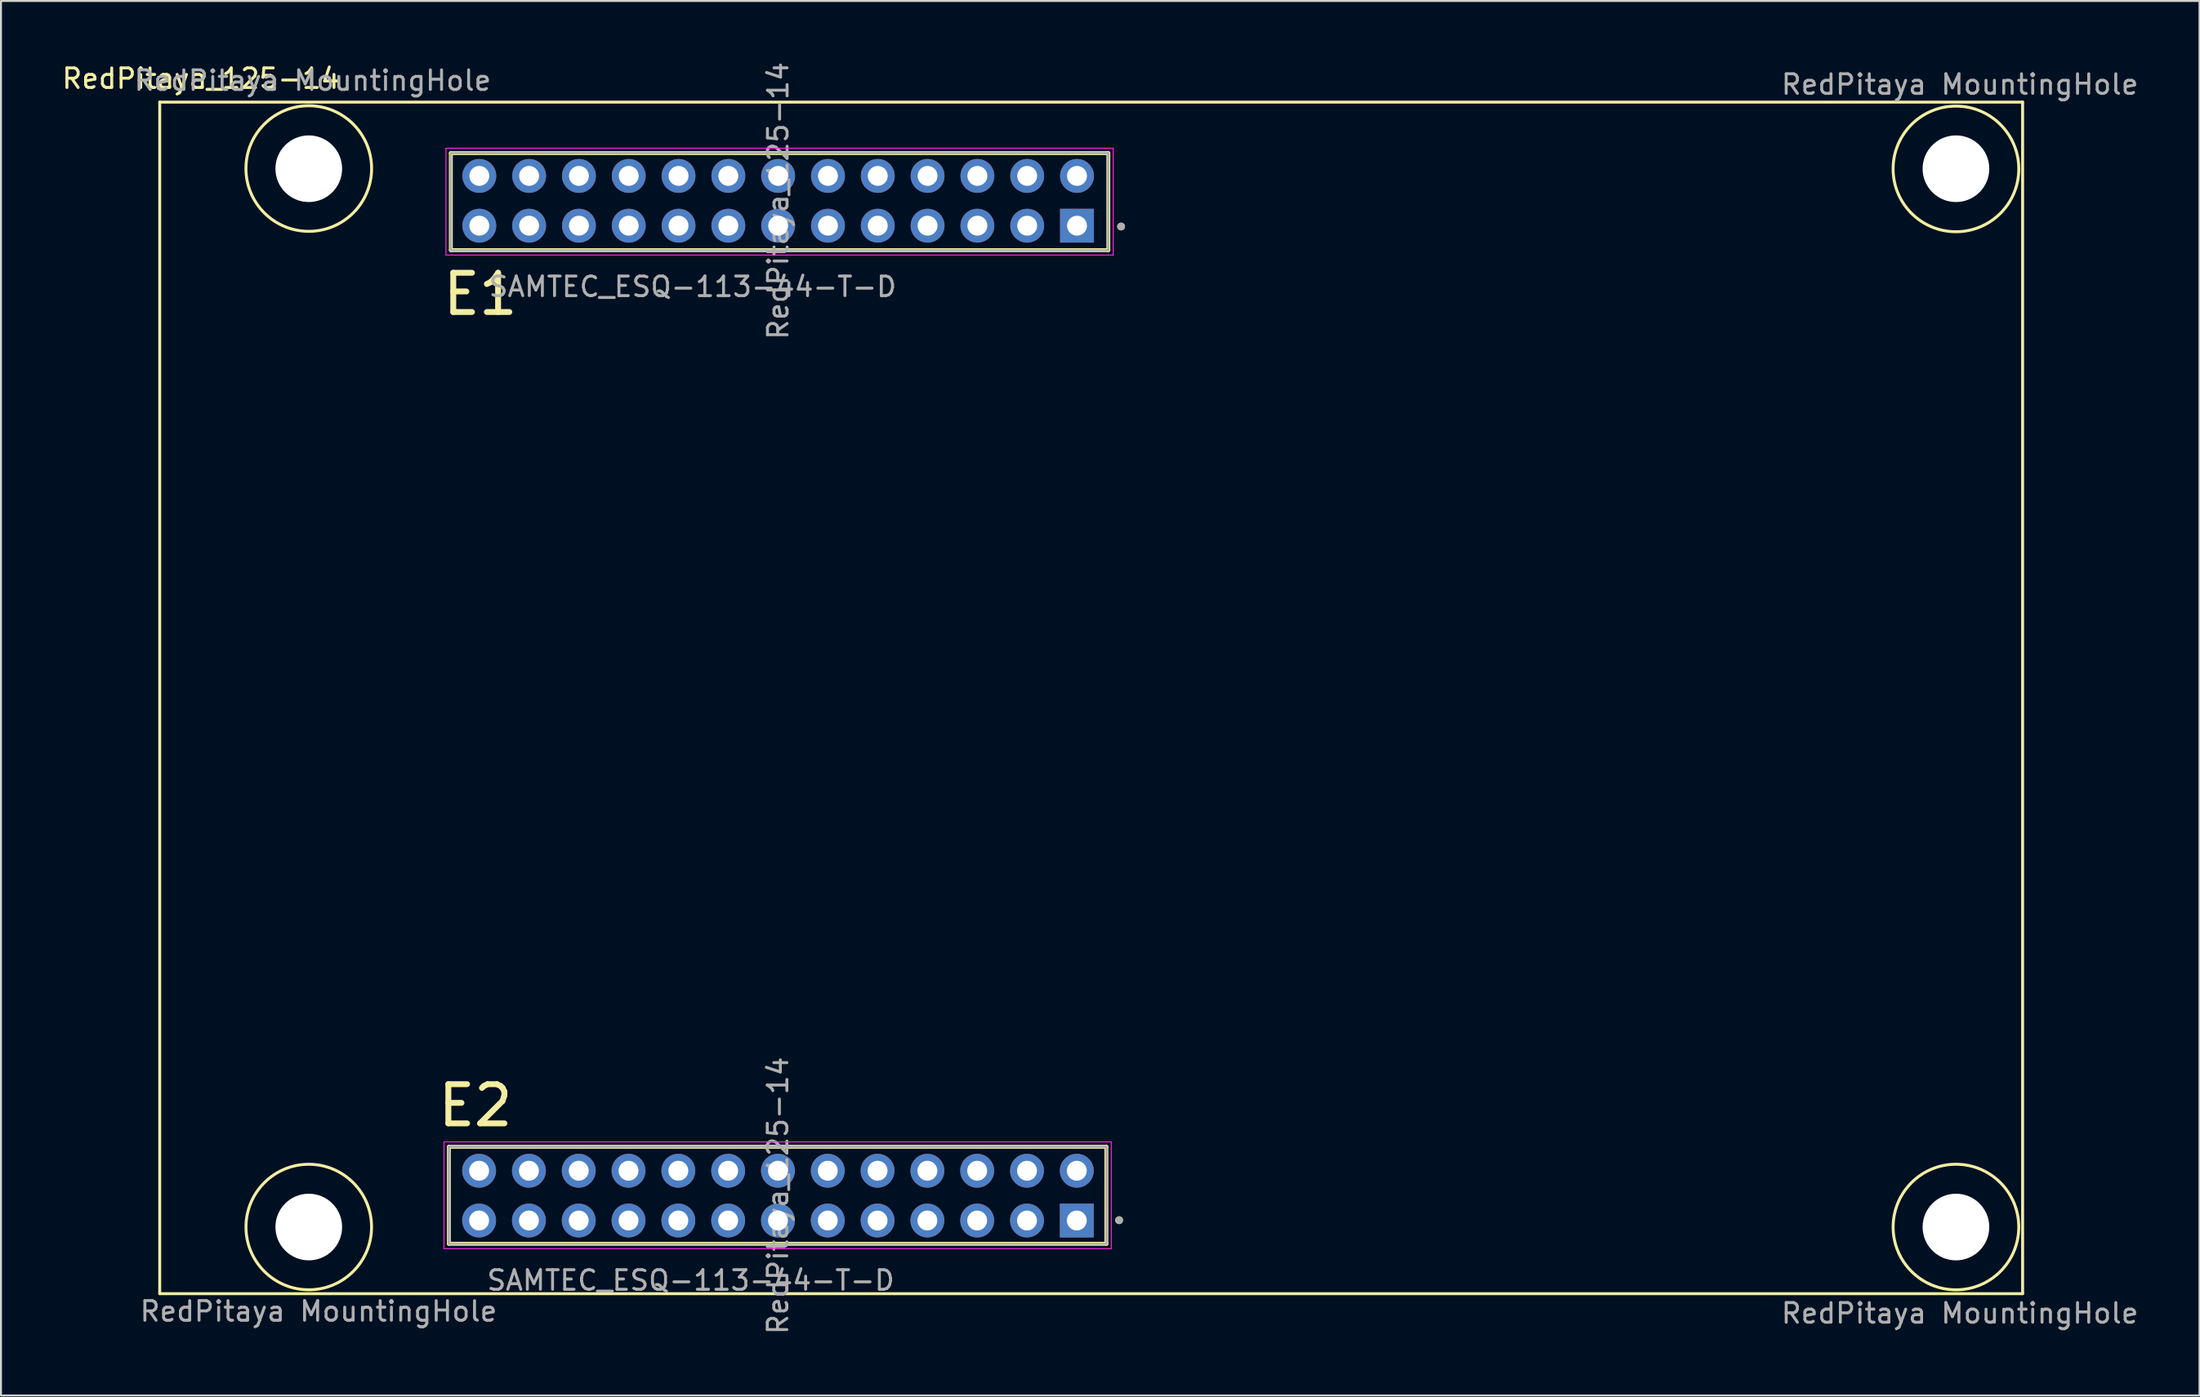
<source format=kicad_pcb>
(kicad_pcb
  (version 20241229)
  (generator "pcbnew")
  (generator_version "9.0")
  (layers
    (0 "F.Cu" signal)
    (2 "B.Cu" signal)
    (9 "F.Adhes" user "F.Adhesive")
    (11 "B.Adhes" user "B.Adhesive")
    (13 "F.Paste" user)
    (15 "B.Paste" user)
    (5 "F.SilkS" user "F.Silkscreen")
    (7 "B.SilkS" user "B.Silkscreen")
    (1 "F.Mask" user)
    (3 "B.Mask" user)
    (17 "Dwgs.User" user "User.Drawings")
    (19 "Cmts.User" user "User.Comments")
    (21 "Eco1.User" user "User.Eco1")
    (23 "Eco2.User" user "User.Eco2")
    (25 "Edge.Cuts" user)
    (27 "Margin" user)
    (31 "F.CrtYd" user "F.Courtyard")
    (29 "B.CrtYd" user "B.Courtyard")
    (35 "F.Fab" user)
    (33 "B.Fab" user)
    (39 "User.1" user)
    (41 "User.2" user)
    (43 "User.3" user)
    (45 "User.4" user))
  (footprint "RedPitaya_125-14"
    (layer "F.Cu")
    (at 36.496 31.159)
    (property "Reference" "RedPitaya_125-14" (at -29.3 -30.2 0) (layer "F.SilkS") (effects (font (size 1 1) (thickness 0.15))))
    (attr through_hole)
    (fp_line (start -31.4 -29) (end 63.6 -29) (stroke (width 0.15) (type solid)) (layer "F.SilkS"))
    (fp_line (start -31.4 31.8) (end -31.4 -29) (stroke (width 0.15) (type solid)) (layer "F.SilkS"))
    (fp_line (start -16.655 29.255) (end -16.655 24.305) (stroke (width 0.2) (type solid)) (layer "F.SilkS"))
    (fp_line (start -16.555 -21.445) (end -16.555 -26.395) (stroke (width 0.2) (type solid)) (layer "F.SilkS"))
    (fp_line (start 16.875 24.305) (end -16.655 24.305) (stroke (width 0.2) (type solid)) (layer "F.SilkS"))
    (fp_line (start 16.875 24.305) (end 16.875 29.255) (stroke (width 0.2) (type solid)) (layer "F.SilkS"))
    (fp_line (start 16.875 29.255) (end -16.655 29.255) (stroke (width 0.2) (type solid)) (layer "F.SilkS"))
    (fp_line (start 16.975 -26.395) (end -16.555 -26.395) (stroke (width 0.2) (type solid)) (layer "F.SilkS"))
    (fp_line (start 16.975 -26.395) (end 16.975 -21.445) (stroke (width 0.2) (type solid)) (layer "F.SilkS"))
    (fp_line (start 16.975 -21.445) (end -16.555 -21.445) (stroke (width 0.2) (type solid)) (layer "F.SilkS"))
    (fp_line (start 63.6 -29) (end 63.6 31.8) (stroke (width 0.15) (type solid)) (layer "F.SilkS"))
    (fp_line (start 63.6 31.8) (end -31.4 31.8) (stroke (width 0.15) (type solid)) (layer "F.SilkS"))
    (fp_circle (center -23.8 -25.61) (end -21.22 -23.71) (stroke (width 0.15) (type solid)) (fill no) (layer "F.SilkS"))
    (fp_circle (center -23.8 28.4) (end -21.34 30.45) (stroke (width 0.15) (type solid)) (fill no) (layer "F.SilkS"))
    (fp_circle (center 17.525 28.05) (end 17.625 28.05) (stroke (width 0.2) (type solid)) (fill no) (layer "F.SilkS"))
    (fp_circle (center 17.625 -22.65) (end 17.725 -22.65) (stroke (width 0.2) (type solid)) (fill no) (layer "F.SilkS"))
    (fp_circle (center 60.2 -25.59) (end 62.54 -23.4) (stroke (width 0.15) (type solid)) (fill no) (layer "F.SilkS"))
    (fp_circle (center 60.2 28.4) (end 61.54 31.31) (stroke (width 0.15) (type solid)) (fill no) (layer "F.SilkS"))
    (fp_line (start -16.905 24.055) (end 17.125 24.055) (stroke (width 0.05) (type solid)) (layer "F.CrtYd"))
    (fp_line (start -16.905 29.505) (end -16.905 24.055) (stroke (width 0.05) (type solid)) (layer "F.CrtYd"))
    (fp_line (start -16.805 -26.645) (end 17.225 -26.645) (stroke (width 0.05) (type solid)) (layer "F.CrtYd"))
    (fp_line (start -16.805 -21.195) (end -16.805 -26.645) (stroke (width 0.05) (type solid)) (layer "F.CrtYd"))
    (fp_line (start 17.125 24.055) (end 17.125 29.505) (stroke (width 0.05) (type solid)) (layer "F.CrtYd"))
    (fp_line (start 17.125 29.505) (end -16.905 29.505) (stroke (width 0.05) (type solid)) (layer "F.CrtYd"))
    (fp_line (start 17.225 -26.645) (end 17.225 -21.195) (stroke (width 0.05) (type solid)) (layer "F.CrtYd"))
    (fp_line (start 17.225 -21.195) (end -16.805 -21.195) (stroke (width 0.05) (type solid)) (layer "F.CrtYd"))
    (fp_line (start -16.655 24.305) (end 16.875 24.305) (stroke (width 0.1) (type solid)) (layer "F.Fab"))
    (fp_line (start -16.655 24.305) (end 16.875 24.305) (stroke (width 0.1) (type solid)) (layer "F.Fab"))
    (fp_line (start -16.655 29.255) (end -16.655 24.305) (stroke (width 0.1) (type solid)) (layer "F.Fab"))
    (fp_line (start -16.655 29.255) (end -16.655 24.305) (stroke (width 0.1) (type solid)) (layer "F.Fab"))
    (fp_line (start -16.555 -26.395) (end 16.975 -26.395) (stroke (width 0.1) (type solid)) (layer "F.Fab"))
    (fp_line (start -16.555 -26.395) (end 16.975 -26.395) (stroke (width 0.1) (type solid)) (layer "F.Fab"))
    (fp_line (start -16.555 -21.445) (end -16.555 -26.395) (stroke (width 0.1) (type solid)) (layer "F.Fab"))
    (fp_line (start -16.555 -21.445) (end -16.555 -26.395) (stroke (width 0.1) (type solid)) (layer "F.Fab"))
    (fp_line (start 16.875 24.305) (end 16.875 29.255) (stroke (width 0.1) (type solid)) (layer "F.Fab"))
    (fp_line (start 16.875 24.305) (end 16.875 29.255) (stroke (width 0.1) (type solid)) (layer "F.Fab"))
    (fp_line (start 16.875 29.255) (end -16.655 29.255) (stroke (width 0.1) (type solid)) (layer "F.Fab"))
    (fp_line (start 16.975 -26.395) (end 16.975 -21.445) (stroke (width 0.1) (type solid)) (layer "F.Fab"))
    (fp_line (start 16.975 -26.395) (end 16.975 -21.445) (stroke (width 0.1) (type solid)) (layer "F.Fab"))
    (fp_line (start 16.975 -21.445) (end -16.555 -21.445) (stroke (width 0.1) (type solid)) (layer "F.Fab"))
    (fp_circle (center 17.525 28.05) (end 17.625 28.05) (stroke (width 0.2) (type solid)) (fill no) (layer "F.Fab"))
    (fp_circle (center 17.625 -22.65) (end 17.725 -22.65) (stroke (width 0.2) (type solid)) (fill no) (layer "F.Fab"))
    (fp_text user "E2" (at -15.3 22.2 0) (layer "F.SilkS") (effects (font (size 2 2) (thickness 0.3))))
    (fp_text user "E1" (at -15.05 -19.2 0) (layer "F.SilkS") (effects (font (size 2 2) (thickness 0.3))))
    (fp_text user "RedPitaya MountingHole" (at -23.6 -30.1 0) (layer "F.Fab") (effects (font (size 1 1) (thickness 0.15))))
    (fp_text user "RedPitaya MountingHole" (at -23.3 32.7 0) (layer "F.Fab") (effects (font (size 1 1) (thickness 0.15))))
    (fp_text user "RedPitaya MountingHole" (at 60.4 -29.9 0) (layer "F.Fab") (effects (font (size 1 1) (thickness 0.15))))
    (fp_text user "SAMTEC_ESQ-113-44-T-D" (at -4.22 -19.58 0) (layer "F.Fab") (effects (font (size 1 1) (thickness 0.15))))
    (fp_text user "RedPitaya MountingHole" (at 60.4 32.8 0) (layer "F.Fab") (effects (font (size 1 1) (thickness 0.15))))
    (fp_text user "SAMTEC_ESQ-113-44-T-D" (at -4.32 31.12 0) (layer "F.Fab") (effects (font (size 1 1) (thickness 0.15))))
    (fp_text user "${REFERENCE}" (at 0.137 -23.963 270) (layer "F.Fab") (effects (font (size 1 1) (thickness 0.15))))
    (fp_text user "${REFERENCE}" (at 0.127 26.797 270) (layer "F.Fab") (effects (font (size 1 1) (thickness 0.15))))
    (pad "" np_thru_hole circle (at -23.8 -25.6) (size 3.4 3.4) (drill 3.4) (layers "*.Cu" "*.Mask"))
    (pad "" np_thru_hole circle (at -23.8 28.4) (size 3.4 3.4) (drill 3.4) (layers "*.Cu" "*.Mask"))
    (pad "" np_thru_hole circle (at 60.2 -25.6) (size 3.4 3.4) (drill 3.4) (layers "*.Cu" "*.Mask"))
    (pad "" np_thru_hole circle (at 60.2 28.4) (size 3.4 3.4) (drill 3.4) (layers "*.Cu" "*.Mask"))
    (pad "1_1" thru_hole rect (at 15.377 -22.693 270) (size 1.727 1.727) (drill 1.016) (layers "*.Cu" "*.Mask"))
    (pad "1_2" thru_hole rect (at 15.367 28.067 270) (size 1.727 1.727) (drill 1.016) (layers "*.Cu" "*.Mask"))
    (pad "2_1" thru_hole oval (at 15.377 -25.233 270) (size 1.727 1.727) (drill 1.016) (layers "*.Cu" "*.Mask"))
    (pad "2_2" thru_hole oval (at 15.367 25.527 270) (size 1.727 1.727) (drill 1.016) (layers "*.Cu" "*.Mask"))
    (pad "3_1" thru_hole oval (at 12.837 -22.693 270) (size 1.727 1.727) (drill 1.016) (layers "*.Cu" "*.Mask"))
    (pad "3_2" thru_hole oval (at 12.827 28.067 270) (size 1.727 1.727) (drill 1.016) (layers "*.Cu" "*.Mask"))
    (pad "4_1" thru_hole oval (at 12.837 -25.233 270) (size 1.727 1.727) (drill 1.016) (layers "*.Cu" "*.Mask"))
    (pad "4_2" thru_hole oval (at 12.827 25.527 270) (size 1.727 1.727) (drill 1.016) (layers "*.Cu" "*.Mask"))
    (pad "5_1" thru_hole oval (at 10.297 -22.693 270) (size 1.727 1.727) (drill 1.016) (layers "*.Cu" "*.Mask"))
    (pad "5_2" thru_hole oval (at 10.287 28.067 270) (size 1.727 1.727) (drill 1.016) (layers "*.Cu" "*.Mask"))
    (pad "6_1" thru_hole oval (at 10.297 -25.233 270) (size 1.727 1.727) (drill 1.016) (layers "*.Cu" "*.Mask"))
    (pad "6_2" thru_hole oval (at 10.287 25.527 270) (size 1.727 1.727) (drill 1.016) (layers "*.Cu" "*.Mask"))
    (pad "7_1" thru_hole oval (at 7.757 -22.693 270) (size 1.727 1.727) (drill 1.016) (layers "*.Cu" "*.Mask"))
    (pad "7_2" thru_hole oval (at 7.747 28.067 270) (size 1.727 1.727) (drill 1.016) (layers "*.Cu" "*.Mask"))
    (pad "8_1" thru_hole oval (at 7.757 -25.233 270) (size 1.727 1.727) (drill 1.016) (layers "*.Cu" "*.Mask"))
    (pad "8_2" thru_hole oval (at 7.747 25.527 270) (size 1.727 1.727) (drill 1.016) (layers "*.Cu" "*.Mask"))
    (pad "9_1" thru_hole oval (at 5.217 -22.693 270) (size 1.727 1.727) (drill 1.016) (layers "*.Cu" "*.Mask"))
    (pad "9_2" thru_hole oval (at 5.207 28.067 270) (size 1.727 1.727) (drill 1.016) (layers "*.Cu" "*.Mask"))
    (pad "10_1" thru_hole oval (at 5.217 -25.233 270) (size 1.727 1.727) (drill 1.016) (layers "*.Cu" "*.Mask"))
    (pad "10_2" thru_hole oval (at 5.207 25.527 270) (size 1.727 1.727) (drill 1.016) (layers "*.Cu" "*.Mask"))
    (pad "11_1" thru_hole oval (at 2.677 -22.693 270) (size 1.727 1.727) (drill 1.016) (layers "*.Cu" "*.Mask"))
    (pad "11_2" thru_hole oval (at 2.667 28.067 270) (size 1.727 1.727) (drill 1.016) (layers "*.Cu" "*.Mask"))
    (pad "12_1" thru_hole oval (at 2.677 -25.233 270) (size 1.727 1.727) (drill 1.016) (layers "*.Cu" "*.Mask"))
    (pad "12_2" thru_hole oval (at 2.667 25.527 270) (size 1.727 1.727) (drill 1.016) (layers "*.Cu" "*.Mask"))
    (pad "13_1" thru_hole oval (at 0.137 -22.693 270) (size 1.727 1.727) (drill 1.016) (layers "*.Cu" "*.Mask"))
    (pad "13_2" thru_hole oval (at 0.127 28.067 270) (size 1.727 1.727) (drill 1.016) (layers "*.Cu" "*.Mask"))
    (pad "14_1" thru_hole oval (at 0.137 -25.233 270) (size 1.727 1.727) (drill 1.016) (layers "*.Cu" "*.Mask"))
    (pad "14_2" thru_hole oval (at 0.127 25.527 270) (size 1.727 1.727) (drill 1.016) (layers "*.Cu" "*.Mask"))
    (pad "15_1" thru_hole oval (at -2.403 -22.693 270) (size 1.727 1.727) (drill 1.016) (layers "*.Cu" "*.Mask"))
    (pad "15_2" thru_hole oval (at -2.413 28.067 270) (size 1.727 1.727) (drill 1.016) (layers "*.Cu" "*.Mask"))
    (pad "16_1" thru_hole oval (at -2.403 -25.233 270) (size 1.727 1.727) (drill 1.016) (layers "*.Cu" "*.Mask"))
    (pad "16_2" thru_hole oval (at -2.413 25.527 270) (size 1.727 1.727) (drill 1.016) (layers "*.Cu" "*.Mask"))
    (pad "17_1" thru_hole oval (at -4.943 -22.693 270) (size 1.727 1.727) (drill 1.016) (layers "*.Cu" "*.Mask"))
    (pad "17_2" thru_hole oval (at -4.953 28.067 270) (size 1.727 1.727) (drill 1.016) (layers "*.Cu" "*.Mask"))
    (pad "18_1" thru_hole oval (at -4.943 -25.233 270) (size 1.727 1.727) (drill 1.016) (layers "*.Cu" "*.Mask"))
    (pad "18_2" thru_hole oval (at -4.953 25.527 270) (size 1.727 1.727) (drill 1.016) (layers "*.Cu" "*.Mask"))
    (pad "19_1" thru_hole oval (at -7.483 -22.693 270) (size 1.727 1.727) (drill 1.016) (layers "*.Cu" "*.Mask"))
    (pad "19_2" thru_hole oval (at -7.493 28.067 270) (size 1.727 1.727) (drill 1.016) (layers "*.Cu" "*.Mask"))
    (pad "20_1" thru_hole oval (at -7.483 -25.233 270) (size 1.727 1.727) (drill 1.016) (layers "*.Cu" "*.Mask"))
    (pad "20_2" thru_hole oval (at -7.493 25.527 270) (size 1.727 1.727) (drill 1.016) (layers "*.Cu" "*.Mask"))
    (pad "21_1" thru_hole oval (at -10.023 -22.693 270) (size 1.727 1.727) (drill 1.016) (layers "*.Cu" "*.Mask"))
    (pad "21_2" thru_hole oval (at -10.033 28.067 270) (size 1.727 1.727) (drill 1.016) (layers "*.Cu" "*.Mask"))
    (pad "22_1" thru_hole oval (at -10.023 -25.233 270) (size 1.727 1.727) (drill 1.016) (layers "*.Cu" "*.Mask"))
    (pad "22_2" thru_hole oval (at -10.033 25.527 270) (size 1.727 1.727) (drill 1.016) (layers "*.Cu" "*.Mask"))
    (pad "23_1" thru_hole oval (at -12.563 -22.693 270) (size 1.727 1.727) (drill 1.016) (layers "*.Cu" "*.Mask"))
    (pad "23_2" thru_hole oval (at -12.573 28.067 270) (size 1.727 1.727) (drill 1.016) (layers "*.Cu" "*.Mask"))
    (pad "24_1" thru_hole oval (at -12.563 -25.233 270) (size 1.727 1.727) (drill 1.016) (layers "*.Cu" "*.Mask"))
    (pad "24_2" thru_hole oval (at -12.573 25.527 270) (size 1.727 1.727) (drill 1.016) (layers "*.Cu" "*.Mask"))
    (pad "25_1" thru_hole oval (at -15.103 -22.693 270) (size 1.727 1.727) (drill 1.016) (layers "*.Cu" "*.Mask"))
    (pad "25_2" thru_hole oval (at -15.113 28.067 270) (size 1.727 1.727) (drill 1.016) (layers "*.Cu" "*.Mask"))
    (pad "26_1" thru_hole oval (at -15.103 -25.233 270) (size 1.727 1.727) (drill 1.016) (layers "*.Cu" "*.Mask"))
    (pad "26_2" thru_hole oval (at -15.113 25.527 270) (size 1.727 1.727) (drill 1.016) (layers "*.Cu" "*.Mask")))
  (gr_rect
    (start -3 -3)
    (end 109.117 68.153)
    (stroke (width 0.1) (type default))
    (fill no)
    (layer "Edge.Cuts")))
</source>
